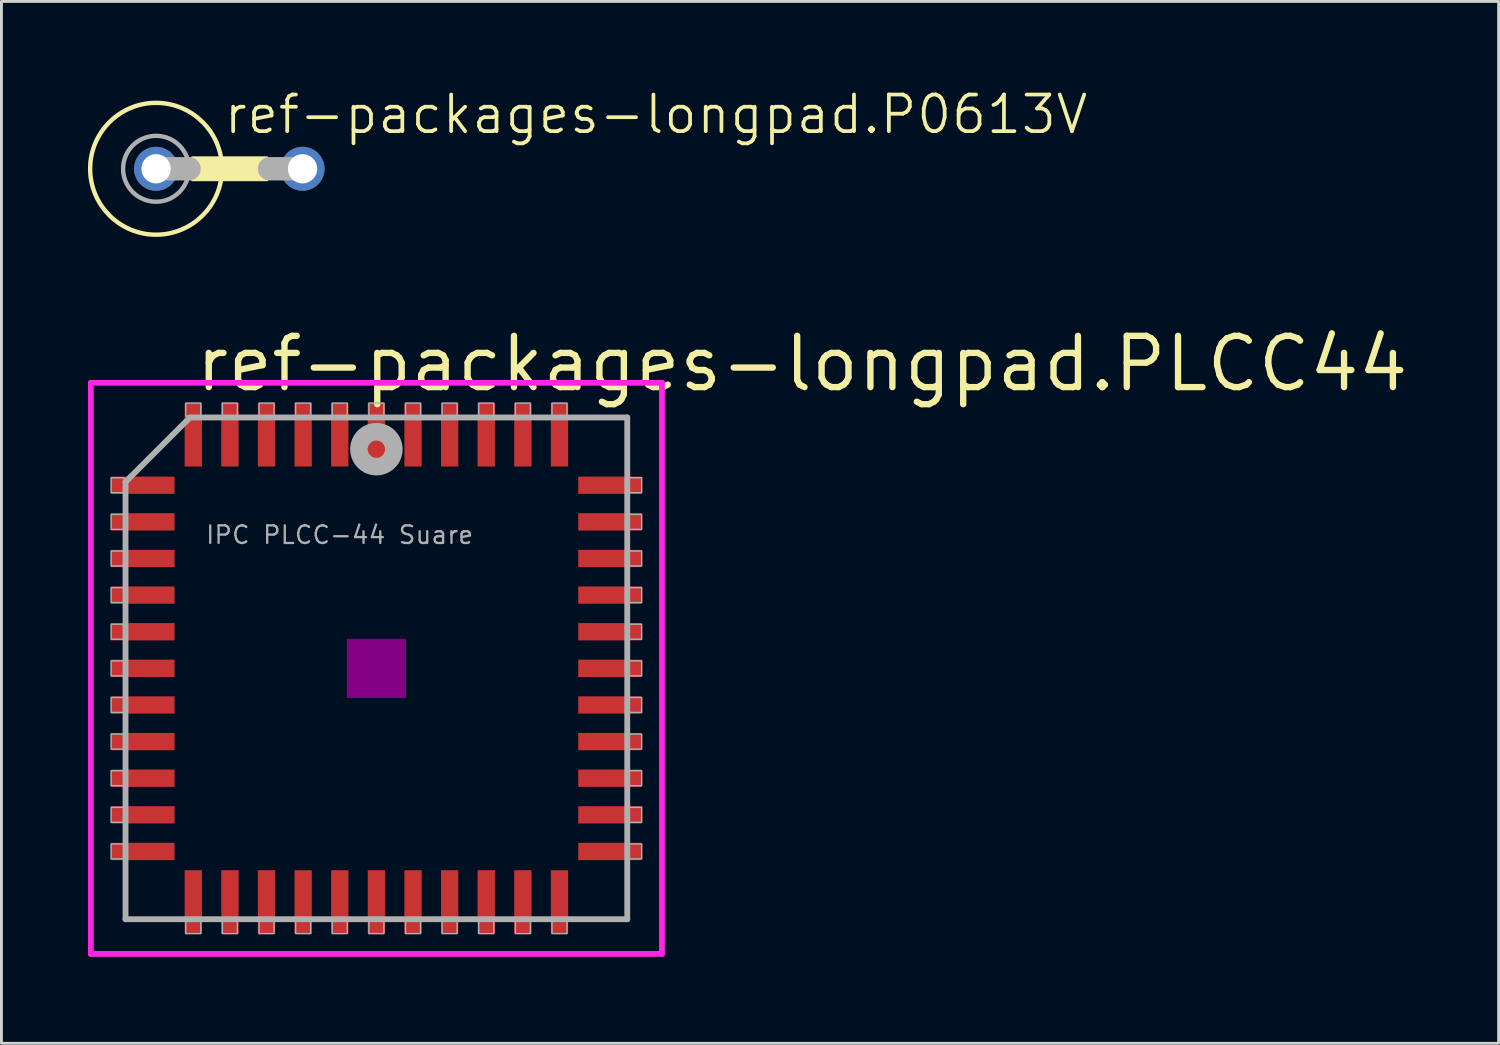
<source format=kicad_pcb>
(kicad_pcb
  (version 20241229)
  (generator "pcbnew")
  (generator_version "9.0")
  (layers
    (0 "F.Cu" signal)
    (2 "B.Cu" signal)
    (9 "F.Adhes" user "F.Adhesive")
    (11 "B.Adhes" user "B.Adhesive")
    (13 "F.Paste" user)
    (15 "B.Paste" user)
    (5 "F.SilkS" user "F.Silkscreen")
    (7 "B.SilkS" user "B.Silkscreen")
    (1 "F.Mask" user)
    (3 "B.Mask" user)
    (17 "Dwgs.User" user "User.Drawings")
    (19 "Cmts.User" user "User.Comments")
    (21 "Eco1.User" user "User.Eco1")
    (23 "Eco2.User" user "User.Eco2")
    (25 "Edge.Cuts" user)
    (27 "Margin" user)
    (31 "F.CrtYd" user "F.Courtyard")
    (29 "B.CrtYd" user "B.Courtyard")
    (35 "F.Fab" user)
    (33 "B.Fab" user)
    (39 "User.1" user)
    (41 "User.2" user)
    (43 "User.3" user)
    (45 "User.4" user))
  (footprint "ref-packages-longpad.P0613V"
    (layer "F.Cu")
    (at 4.902 2.803)
    (property "Reference" "ref-packages-longpad.P0613V" (at -0.254 -1.143 0) (layer "F.SilkS") (effects (font (size 1.27 1.27) (thickness 0.13)) (justify left bottom)))
    (attr through_hole)
    (fp_rect (start -1.295 0.406) (end 1.321 -0.406) (stroke (width 0.05) (type default)) (fill yes) (layer "F.SilkS"))
    (fp_circle (center -2.54 0) (end -0.254 0) (stroke (width 0.152) (type default)) (fill no) (layer "F.SilkS"))
    (fp_line (start -2.54 0) (end -1.397 0) (stroke (width 0.813) (type default)) (layer "F.Fab"))
    (fp_line (start 2.54 0) (end 1.397 0) (stroke (width 0.813) (type default)) (layer "F.Fab"))
    (fp_circle (center -2.54 0) (end -1.397 0) (stroke (width 0.152) (type default)) (fill no) (layer "F.Fab"))
    (pad "1" thru_hole circle (at -2.54 0) (size 1.524 1.524) (drill 1.016) (layers "*.Cu" "*.Mask"))
    (pad "2" thru_hole circle (at 2.54 0) (size 1.524 1.524) (drill 1.016) (layers "*.Cu" "*.Mask")))
  (footprint "ref-packages-longpad.PLCC44"
    (layer "F.Cu")
    (at 10.003 20.128)
    (property "Reference" "ref-packages-longpad.PLCC44" (at -6.38 -9.525 0) (layer "F.SilkS") (effects (font (size 1.778 1.778) (thickness 0.22)) (justify left bottom)))
    (attr smd)
    (fp_rect (start -1 1) (end 1 -1) (stroke (width 0.05) (type default)) (fill yes) (layer "F.Adhes"))
    (fp_line (start -9.903 -9.903) (end 9.903 -9.903) (stroke (width 0.2) (type default)) (layer "F.CrtYd"))
    (fp_line (start -9.903 9.903) (end -9.903 -9.903) (stroke (width 0.2) (type default)) (layer "F.CrtYd"))
    (fp_line (start 9.903 -9.903) (end 9.903 9.903) (stroke (width 0.2) (type default)) (layer "F.CrtYd"))
    (fp_line (start 9.903 9.903) (end -9.903 9.903) (stroke (width 0.2) (type default)) (layer "F.CrtYd"))
    (fp_line (start -8.7 -6.465) (end -8.7 8.7) (stroke (width 0.203) (type default)) (layer "F.Fab"))
    (fp_line (start -8.7 8.7) (end 8.7 8.7) (stroke (width 0.203) (type default)) (layer "F.Fab"))
    (fp_line (start -6.465 -8.7) (end -8.7 -6.465) (stroke (width 0.203) (type default)) (layer "F.Fab"))
    (fp_line (start 8.7 -8.7) (end -6.465 -8.7) (stroke (width 0.203) (type default)) (layer "F.Fab"))
    (fp_line (start 8.7 8.7) (end 8.7 -8.7) (stroke (width 0.203) (type default)) (layer "F.Fab"))
    (fp_rect (start -9.2 -6.09) (end -8.75 -6.61) (stroke (width 0.05) (type default)) (fill no) (layer "F.Fab"))
    (fp_rect (start -9.2 -4.82) (end -8.75 -5.34) (stroke (width 0.05) (type default)) (fill no) (layer "F.Fab"))
    (fp_rect (start -9.2 -3.55) (end -8.75 -4.07) (stroke (width 0.05) (type default)) (fill no) (layer "F.Fab"))
    (fp_rect (start -9.2 -2.28) (end -8.75 -2.8) (stroke (width 0.05) (type default)) (fill no) (layer "F.Fab"))
    (fp_rect (start -9.2 -1.01) (end -8.75 -1.53) (stroke (width 0.05) (type default)) (fill no) (layer "F.Fab"))
    (fp_rect (start -9.2 0.26) (end -8.75 -0.26) (stroke (width 0.05) (type default)) (fill no) (layer "F.Fab"))
    (fp_rect (start -9.2 1.53) (end -8.75 1.01) (stroke (width 0.05) (type default)) (fill no) (layer "F.Fab"))
    (fp_rect (start -9.2 2.8) (end -8.75 2.28) (stroke (width 0.05) (type default)) (fill no) (layer "F.Fab"))
    (fp_rect (start -9.2 4.07) (end -8.75 3.55) (stroke (width 0.05) (type default)) (fill no) (layer "F.Fab"))
    (fp_rect (start -9.2 5.34) (end -8.75 4.82) (stroke (width 0.05) (type default)) (fill no) (layer "F.Fab"))
    (fp_rect (start -9.2 6.61) (end -8.75 6.09) (stroke (width 0.05) (type default)) (fill no) (layer "F.Fab"))
    (fp_rect (start -6.61 -8.75) (end -6.09 -9.2) (stroke (width 0.05) (type default)) (fill no) (layer "F.Fab"))
    (fp_rect (start -6.61 9.2) (end -6.09 8.75) (stroke (width 0.05) (type default)) (fill no) (layer "F.Fab"))
    (fp_rect (start -5.34 -8.75) (end -4.82 -9.2) (stroke (width 0.05) (type default)) (fill no) (layer "F.Fab"))
    (fp_rect (start -5.34 9.2) (end -4.82 8.75) (stroke (width 0.05) (type default)) (fill no) (layer "F.Fab"))
    (fp_rect (start -4.07 -8.75) (end -3.55 -9.2) (stroke (width 0.05) (type default)) (fill no) (layer "F.Fab"))
    (fp_rect (start -4.07 9.2) (end -3.55 8.75) (stroke (width 0.05) (type default)) (fill no) (layer "F.Fab"))
    (fp_rect (start -2.8 -8.75) (end -2.28 -9.2) (stroke (width 0.05) (type default)) (fill no) (layer "F.Fab"))
    (fp_rect (start -2.8 9.2) (end -2.28 8.75) (stroke (width 0.05) (type default)) (fill no) (layer "F.Fab"))
    (fp_rect (start -1.53 -8.75) (end -1.01 -9.2) (stroke (width 0.05) (type default)) (fill no) (layer "F.Fab"))
    (fp_rect (start -1.53 9.2) (end -1.01 8.75) (stroke (width 0.05) (type default)) (fill no) (layer "F.Fab"))
    (fp_rect (start -0.26 -8.75) (end 0.26 -9.2) (stroke (width 0.05) (type default)) (fill no) (layer "F.Fab"))
    (fp_rect (start -0.26 9.2) (end 0.26 8.75) (stroke (width 0.05) (type default)) (fill no) (layer "F.Fab"))
    (fp_rect (start 1.01 -8.75) (end 1.53 -9.2) (stroke (width 0.05) (type default)) (fill no) (layer "F.Fab"))
    (fp_rect (start 1.01 9.2) (end 1.53 8.75) (stroke (width 0.05) (type default)) (fill no) (layer "F.Fab"))
    (fp_rect (start 2.28 -8.75) (end 2.8 -9.2) (stroke (width 0.05) (type default)) (fill no) (layer "F.Fab"))
    (fp_rect (start 2.28 9.2) (end 2.8 8.75) (stroke (width 0.05) (type default)) (fill no) (layer "F.Fab"))
    (fp_rect (start 3.55 -8.75) (end 4.07 -9.2) (stroke (width 0.05) (type default)) (fill no) (layer "F.Fab"))
    (fp_rect (start 3.55 9.2) (end 4.07 8.75) (stroke (width 0.05) (type default)) (fill no) (layer "F.Fab"))
    (fp_rect (start 4.82 -8.75) (end 5.34 -9.2) (stroke (width 0.05) (type default)) (fill no) (layer "F.Fab"))
    (fp_rect (start 4.82 9.2) (end 5.34 8.75) (stroke (width 0.05) (type default)) (fill no) (layer "F.Fab"))
    (fp_rect (start 6.09 -8.75) (end 6.61 -9.2) (stroke (width 0.05) (type default)) (fill no) (layer "F.Fab"))
    (fp_rect (start 6.09 9.2) (end 6.61 8.75) (stroke (width 0.05) (type default)) (fill no) (layer "F.Fab"))
    (fp_rect (start 8.75 -6.09) (end 9.2 -6.61) (stroke (width 0.05) (type default)) (fill no) (layer "F.Fab"))
    (fp_rect (start 8.75 -4.82) (end 9.2 -5.34) (stroke (width 0.05) (type default)) (fill no) (layer "F.Fab"))
    (fp_rect (start 8.75 -3.55) (end 9.2 -4.07) (stroke (width 0.05) (type default)) (fill no) (layer "F.Fab"))
    (fp_rect (start 8.75 -2.28) (end 9.2 -2.8) (stroke (width 0.05) (type default)) (fill no) (layer "F.Fab"))
    (fp_rect (start 8.75 -1.01) (end 9.2 -1.53) (stroke (width 0.05) (type default)) (fill no) (layer "F.Fab"))
    (fp_rect (start 8.75 0.26) (end 9.2 -0.26) (stroke (width 0.05) (type default)) (fill no) (layer "F.Fab"))
    (fp_rect (start 8.75 1.53) (end 9.2 1.01) (stroke (width 0.05) (type default)) (fill no) (layer "F.Fab"))
    (fp_rect (start 8.75 2.8) (end 9.2 2.28) (stroke (width 0.05) (type default)) (fill no) (layer "F.Fab"))
    (fp_rect (start 8.75 4.07) (end 9.2 3.55) (stroke (width 0.05) (type default)) (fill no) (layer "F.Fab"))
    (fp_rect (start 8.75 5.34) (end 9.2 4.82) (stroke (width 0.05) (type default)) (fill no) (layer "F.Fab"))
    (fp_rect (start 8.75 6.61) (end 9.2 6.09) (stroke (width 0.05) (type default)) (fill no) (layer "F.Fab"))
    (fp_circle (center 0 -7.6) (end 0.3 -7.6) (stroke (width 0.61) (type default)) (fill no) (layer "F.Fab"))
    (fp_text user "IPC PLCC-44 Suare" (at -5.96 -4.27 0) (layer "F.Fab") (effects (font (size 0.61 0.61) (thickness 0.08)) (justify left bottom)))
    (pad "1" smd roundrect (at 0 -8.1) (size 0.6 2.2) (layers "F.Cu" "F.Mask" "F.Paste") (roundrect_rratio 0.01))
    (pad "2" smd roundrect (at -1.27 -8.1) (size 0.6 2.2) (layers "F.Cu" "F.Mask" "F.Paste") (roundrect_rratio 0.01))
    (pad "3" smd roundrect (at -2.54 -8.1) (size 0.6 2.2) (layers "F.Cu" "F.Mask" "F.Paste") (roundrect_rratio 0.01))
    (pad "4" smd roundrect (at -3.81 -8.1) (size 0.6 2.2) (layers "F.Cu" "F.Mask" "F.Paste") (roundrect_rratio 0.01))
    (pad "5" smd roundrect (at -5.08 -8.1) (size 0.6 2.2) (layers "F.Cu" "F.Mask" "F.Paste") (roundrect_rratio 0.01))
    (pad "6" smd roundrect (at -6.35 -8.1) (size 0.6 2.2) (layers "F.Cu" "F.Mask" "F.Paste") (roundrect_rratio 0.01))
    (pad "7" smd roundrect (at -8.1 -6.35) (size 2.2 0.6) (layers "F.Cu" "F.Mask" "F.Paste") (roundrect_rratio 0.01))
    (pad "8" smd roundrect (at -8.1 -5.08) (size 2.2 0.6) (layers "F.Cu" "F.Mask" "F.Paste") (roundrect_rratio 0.01))
    (pad "9" smd roundrect (at -8.1 -3.81) (size 2.2 0.6) (layers "F.Cu" "F.Mask" "F.Paste") (roundrect_rratio 0.01))
    (pad "10" smd roundrect (at -8.1 -2.54) (size 2.2 0.6) (layers "F.Cu" "F.Mask" "F.Paste") (roundrect_rratio 0.01))
    (pad "11" smd roundrect (at -8.1 -1.27) (size 2.2 0.6) (layers "F.Cu" "F.Mask" "F.Paste") (roundrect_rratio 0.01))
    (pad "12" smd roundrect (at -8.1 0) (size 2.2 0.6) (layers "F.Cu" "F.Mask" "F.Paste") (roundrect_rratio 0.01))
    (pad "13" smd roundrect (at -8.1 1.27) (size 2.2 0.6) (layers "F.Cu" "F.Mask" "F.Paste") (roundrect_rratio 0.01))
    (pad "14" smd roundrect (at -8.1 2.54) (size 2.2 0.6) (layers "F.Cu" "F.Mask" "F.Paste") (roundrect_rratio 0.01))
    (pad "15" smd roundrect (at -8.1 3.81) (size 2.2 0.6) (layers "F.Cu" "F.Mask" "F.Paste") (roundrect_rratio 0.01))
    (pad "16" smd roundrect (at -8.1 5.08) (size 2.2 0.6) (layers "F.Cu" "F.Mask" "F.Paste") (roundrect_rratio 0.01))
    (pad "17" smd roundrect (at -8.1 6.35) (size 2.2 0.6) (layers "F.Cu" "F.Mask" "F.Paste") (roundrect_rratio 0.01))
    (pad "18" smd roundrect (at -6.35 8.1) (size 0.6 2.2) (layers "F.Cu" "F.Mask" "F.Paste") (roundrect_rratio 0.01))
    (pad "19" smd roundrect (at -5.08 8.1) (size 0.6 2.2) (layers "F.Cu" "F.Mask" "F.Paste") (roundrect_rratio 0.01))
    (pad "20" smd roundrect (at -3.81 8.1) (size 0.6 2.2) (layers "F.Cu" "F.Mask" "F.Paste") (roundrect_rratio 0.01))
    (pad "21" smd roundrect (at -2.54 8.1) (size 0.6 2.2) (layers "F.Cu" "F.Mask" "F.Paste") (roundrect_rratio 0.01))
    (pad "22" smd roundrect (at -1.27 8.1) (size 0.6 2.2) (layers "F.Cu" "F.Mask" "F.Paste") (roundrect_rratio 0.01))
    (pad "23" smd roundrect (at 0 8.1) (size 0.6 2.2) (layers "F.Cu" "F.Mask" "F.Paste") (roundrect_rratio 0.01))
    (pad "24" smd roundrect (at 1.27 8.1) (size 0.6 2.2) (layers "F.Cu" "F.Mask" "F.Paste") (roundrect_rratio 0.01))
    (pad "25" smd roundrect (at 2.54 8.1) (size 0.6 2.2) (layers "F.Cu" "F.Mask" "F.Paste") (roundrect_rratio 0.01))
    (pad "26" smd roundrect (at 3.81 8.1) (size 0.6 2.2) (layers "F.Cu" "F.Mask" "F.Paste") (roundrect_rratio 0.01))
    (pad "27" smd roundrect (at 5.08 8.1) (size 0.6 2.2) (layers "F.Cu" "F.Mask" "F.Paste") (roundrect_rratio 0.01))
    (pad "28" smd roundrect (at 6.35 8.1) (size 0.6 2.2) (layers "F.Cu" "F.Mask" "F.Paste") (roundrect_rratio 0.01))
    (pad "29" smd roundrect (at 8.1 6.35) (size 2.2 0.6) (layers "F.Cu" "F.Mask" "F.Paste") (roundrect_rratio 0.01))
    (pad "30" smd roundrect (at 8.1 5.08) (size 2.2 0.6) (layers "F.Cu" "F.Mask" "F.Paste") (roundrect_rratio 0.01))
    (pad "31" smd roundrect (at 8.1 3.81) (size 2.2 0.6) (layers "F.Cu" "F.Mask" "F.Paste") (roundrect_rratio 0.01))
    (pad "32" smd roundrect (at 8.1 2.54) (size 2.2 0.6) (layers "F.Cu" "F.Mask" "F.Paste") (roundrect_rratio 0.01))
    (pad "33" smd roundrect (at 8.1 1.27) (size 2.2 0.6) (layers "F.Cu" "F.Mask" "F.Paste") (roundrect_rratio 0.01))
    (pad "34" smd roundrect (at 8.1 0) (size 2.2 0.6) (layers "F.Cu" "F.Mask" "F.Paste") (roundrect_rratio 0.01))
    (pad "35" smd roundrect (at 8.1 -1.27) (size 2.2 0.6) (layers "F.Cu" "F.Mask" "F.Paste") (roundrect_rratio 0.01))
    (pad "36" smd roundrect (at 8.1 -2.54) (size 2.2 0.6) (layers "F.Cu" "F.Mask" "F.Paste") (roundrect_rratio 0.01))
    (pad "37" smd roundrect (at 8.1 -3.81) (size 2.2 0.6) (layers "F.Cu" "F.Mask" "F.Paste") (roundrect_rratio 0.01))
    (pad "38" smd roundrect (at 8.1 -5.08) (size 2.2 0.6) (layers "F.Cu" "F.Mask" "F.Paste") (roundrect_rratio 0.01))
    (pad "39" smd roundrect (at 8.1 -6.35) (size 2.2 0.6) (layers "F.Cu" "F.Mask" "F.Paste") (roundrect_rratio 0.01))
    (pad "40" smd roundrect (at 6.35 -8.1) (size 0.6 2.2) (layers "F.Cu" "F.Mask" "F.Paste") (roundrect_rratio 0.01))
    (pad "41" smd roundrect (at 5.08 -8.1) (size 0.6 2.2) (layers "F.Cu" "F.Mask" "F.Paste") (roundrect_rratio 0.01))
    (pad "42" smd roundrect (at 3.81 -8.1) (size 0.6 2.2) (layers "F.Cu" "F.Mask" "F.Paste") (roundrect_rratio 0.01))
    (pad "43" smd roundrect (at 2.54 -8.1) (size 0.6 2.2) (layers "F.Cu" "F.Mask" "F.Paste") (roundrect_rratio 0.01))
    (pad "44" smd roundrect (at 1.27 -8.1) (size 0.6 2.2) (layers "F.Cu" "F.Mask" "F.Paste") (roundrect_rratio 0.01)))
  (gr_rect
    (start -3 -3)
    (end 48.922 33.131)
    (stroke (width 0.1) (type default))
    (fill no)
    (layer "Edge.Cuts")))
</source>
